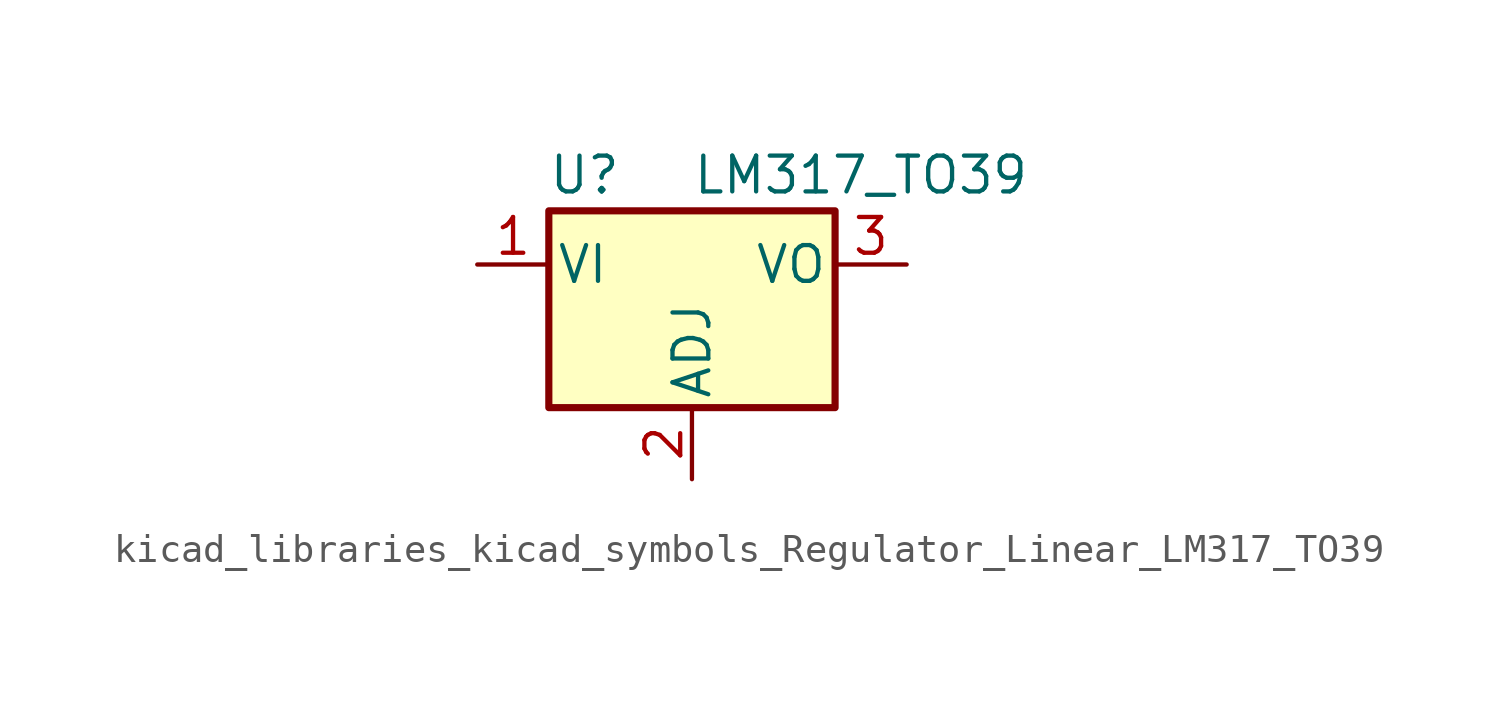
<source format=kicad_sym>
(kicad_symbol_lib
  (version 20220914)
  (generator kicad_symbol_editor)
  (symbol "kicad_libraries_kicad_symbols_Regulator_Linear_LM317_TO39"
    (pin_names
      (offset 0.254))
    (property "Reference" "U"
      (at -3.81 3.175 0)
      (effects (font (size 1.27 1.27))))
    (property "Value" "LM317_TO39"
      (at 0 3.175 0)
      (effects (font (size 1.27 1.27)) (justify left)))
    (symbol "kicad_libraries_kicad_symbols_Regulator_Linear_LM317_TO39_0_1"
      (rectangle (start -5.08 1.905) (end 5.08 -5.08) (stroke (width 0.254) (type default)) (fill (type background))))
    (symbol "kicad_libraries_kicad_symbols_Regulator_Linear_LM317_TO39_1_1"
      (pin power_in line (at -7.62 0 0) (length 2.54) (name "VI" (effects (font (size 1.27 1.27)))) (number "1" (effects (font (size 1.27 1.27)))))
      (pin input line (at 0 -7.62 90) (length 2.54) (name "ADJ" (effects (font (size 1.27 1.27)))) (number "2" (effects (font (size 1.27 1.27)))))
      (pin power_out line (at 7.62 0 180) (length 2.54) (name "VO" (effects (font (size 1.27 1.27)))) (number "3" (effects (font (size 1.27 1.27))))))))
</source>
